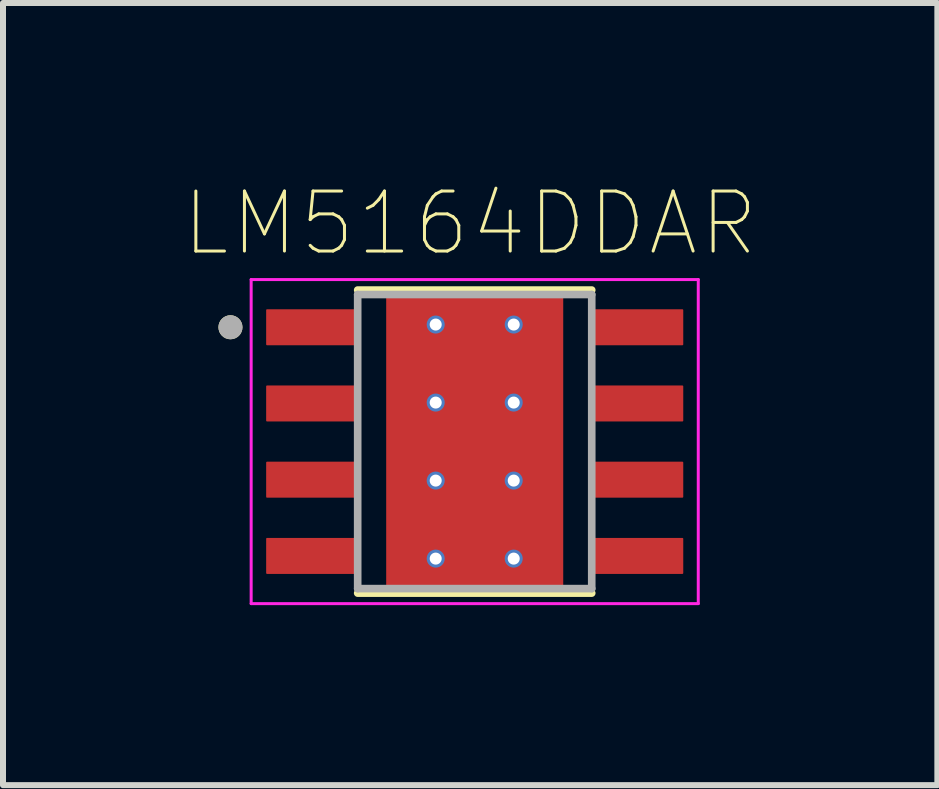
<source format=kicad_pcb>
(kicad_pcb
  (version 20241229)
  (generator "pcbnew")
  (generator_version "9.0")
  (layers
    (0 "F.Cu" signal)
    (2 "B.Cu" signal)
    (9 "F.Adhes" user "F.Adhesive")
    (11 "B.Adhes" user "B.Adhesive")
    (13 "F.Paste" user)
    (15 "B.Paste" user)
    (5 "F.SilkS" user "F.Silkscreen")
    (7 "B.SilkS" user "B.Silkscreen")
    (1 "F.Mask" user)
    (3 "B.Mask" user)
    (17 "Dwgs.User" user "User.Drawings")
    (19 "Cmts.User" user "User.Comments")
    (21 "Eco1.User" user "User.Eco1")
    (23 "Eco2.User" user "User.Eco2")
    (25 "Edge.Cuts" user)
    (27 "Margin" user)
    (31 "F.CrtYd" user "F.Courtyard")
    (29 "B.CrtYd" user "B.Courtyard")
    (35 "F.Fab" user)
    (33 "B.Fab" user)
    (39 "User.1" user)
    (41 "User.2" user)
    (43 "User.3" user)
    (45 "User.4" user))
  (footprint "LM5164DDAR"
    (layer "F.Cu")
    (at 4.86 4.308)
    (property "Reference" "LM5164DDAR" (at -0.075 -3.635 0) (layer "F.SilkS") (effects (font (size 1 1) (thickness 0.05))))
    (attr smd)
    (fp_poly (pts (xy -1.355 -1.7) (xy 1.355 -1.7) (xy 1.355 1.7) (xy -1.355 1.7)) (stroke (width 0.01) (type solid)) (fill yes) (layer "F.Mask"))
    (fp_poly (pts (xy -1.905 -1.535) (xy -3.495 -1.535) (xy -3.498 -1.535) (xy -3.5 -1.535) (xy -3.503 -1.536) (xy -3.505 -1.536) (xy -3.508 -1.537) (xy -3.51 -1.537) (xy -3.513 -1.538) (xy -3.515 -1.539) (xy -3.518 -1.54) (xy -3.52 -1.542) (xy -3.522 -1.543) (xy -3.524 -1.545) (xy -3.526 -1.546) (xy -3.528 -1.548) (xy -3.53 -1.55) (xy -3.532 -1.552) (xy -3.534 -1.554) (xy -3.535 -1.556) (xy -3.537 -1.558) (xy -3.538 -1.56) (xy -3.54 -1.562) (xy -3.541 -1.565) (xy -3.542 -1.567) (xy -3.543 -1.57) (xy -3.543 -1.572) (xy -3.544 -1.575) (xy -3.544 -1.577) (xy -3.545 -1.58) (xy -3.545 -1.582) (xy -3.545 -1.585) (xy -3.545 -2.225) (xy -3.545 -2.228) (xy -3.545 -2.23) (xy -3.544 -2.233) (xy -3.544 -2.235) (xy -3.543 -2.238) (xy -3.543 -2.24) (xy -3.542 -2.243) (xy -3.541 -2.245) (xy -3.54 -2.248) (xy -3.538 -2.25) (xy -3.537 -2.252) (xy -3.535 -2.254) (xy -3.534 -2.256) (xy -3.532 -2.258) (xy -3.53 -2.26) (xy -3.528 -2.262) (xy -3.526 -2.264) (xy -3.524 -2.265) (xy -3.522 -2.267) (xy -3.52 -2.268) (xy -3.518 -2.27) (xy -3.515 -2.271) (xy -3.513 -2.272) (xy -3.51 -2.273) (xy -3.508 -2.273) (xy -3.505 -2.274) (xy -3.503 -2.274) (xy -3.5 -2.275) (xy -3.498 -2.275) (xy -3.495 -2.275) (xy -1.905 -2.275) (xy -1.902 -2.275) (xy -1.9 -2.275) (xy -1.897 -2.274) (xy -1.895 -2.274) (xy -1.892 -2.273) (xy -1.89 -2.273) (xy -1.887 -2.272) (xy -1.885 -2.271) (xy -1.882 -2.27) (xy -1.88 -2.268) (xy -1.878 -2.267) (xy -1.876 -2.265) (xy -1.874 -2.264) (xy -1.872 -2.262) (xy -1.87 -2.26) (xy -1.868 -2.258) (xy -1.866 -2.256) (xy -1.865 -2.254) (xy -1.863 -2.252) (xy -1.862 -2.25) (xy -1.86 -2.248) (xy -1.859 -2.245) (xy -1.858 -2.243) (xy -1.857 -2.24) (xy -1.857 -2.238) (xy -1.856 -2.235) (xy -1.856 -2.233) (xy -1.855 -2.23) (xy -1.855 -2.228) (xy -1.855 -2.225) (xy -1.855 -1.585) (xy -1.855 -1.582) (xy -1.855 -1.58) (xy -1.856 -1.577) (xy -1.856 -1.575) (xy -1.857 -1.572) (xy -1.857 -1.57) (xy -1.858 -1.567) (xy -1.859 -1.565) (xy -1.86 -1.562) (xy -1.862 -1.56) (xy -1.863 -1.558) (xy -1.865 -1.556) (xy -1.866 -1.554) (xy -1.868 -1.552) (xy -1.87 -1.55) (xy -1.872 -1.548) (xy -1.874 -1.546) (xy -1.876 -1.545) (xy -1.878 -1.543) (xy -1.88 -1.542) (xy -1.882 -1.54) (xy -1.885 -1.539) (xy -1.887 -1.538) (xy -1.89 -1.537) (xy -1.892 -1.537) (xy -1.895 -1.536) (xy -1.897 -1.536) (xy -1.9 -1.535) (xy -1.902 -1.535) (xy -1.905 -1.535)) (stroke (width 0.01) (type solid)) (fill yes) (layer "F.Mask"))
    (fp_poly (pts (xy -1.905 -0.265) (xy -3.495 -0.265) (xy -3.498 -0.265) (xy -3.5 -0.265) (xy -3.503 -0.266) (xy -3.505 -0.266) (xy -3.508 -0.267) (xy -3.51 -0.267) (xy -3.513 -0.268) (xy -3.515 -0.269) (xy -3.518 -0.27) (xy -3.52 -0.272) (xy -3.522 -0.273) (xy -3.524 -0.275) (xy -3.526 -0.276) (xy -3.528 -0.278) (xy -3.53 -0.28) (xy -3.532 -0.282) (xy -3.534 -0.284) (xy -3.535 -0.286) (xy -3.537 -0.288) (xy -3.538 -0.29) (xy -3.54 -0.292) (xy -3.541 -0.295) (xy -3.542 -0.297) (xy -3.543 -0.3) (xy -3.543 -0.302) (xy -3.544 -0.305) (xy -3.544 -0.307) (xy -3.545 -0.31) (xy -3.545 -0.312) (xy -3.545 -0.315) (xy -3.545 -0.955) (xy -3.545 -0.958) (xy -3.545 -0.96) (xy -3.544 -0.963) (xy -3.544 -0.965) (xy -3.543 -0.968) (xy -3.543 -0.97) (xy -3.542 -0.973) (xy -3.541 -0.975) (xy -3.54 -0.978) (xy -3.538 -0.98) (xy -3.537 -0.982) (xy -3.535 -0.984) (xy -3.534 -0.986) (xy -3.532 -0.988) (xy -3.53 -0.99) (xy -3.528 -0.992) (xy -3.526 -0.994) (xy -3.524 -0.995) (xy -3.522 -0.997) (xy -3.52 -0.998) (xy -3.518 -1) (xy -3.515 -1.001) (xy -3.513 -1.002) (xy -3.51 -1.003) (xy -3.508 -1.003) (xy -3.505 -1.004) (xy -3.503 -1.004) (xy -3.5 -1.005) (xy -3.498 -1.005) (xy -3.495 -1.005) (xy -1.905 -1.005) (xy -1.902 -1.005) (xy -1.9 -1.005) (xy -1.897 -1.004) (xy -1.895 -1.004) (xy -1.892 -1.003) (xy -1.89 -1.003) (xy -1.887 -1.002) (xy -1.885 -1.001) (xy -1.882 -1) (xy -1.88 -0.998) (xy -1.878 -0.997) (xy -1.876 -0.995) (xy -1.874 -0.994) (xy -1.872 -0.992) (xy -1.87 -0.99) (xy -1.868 -0.988) (xy -1.866 -0.986) (xy -1.865 -0.984) (xy -1.863 -0.982) (xy -1.862 -0.98) (xy -1.86 -0.978) (xy -1.859 -0.975) (xy -1.858 -0.973) (xy -1.857 -0.97) (xy -1.857 -0.968) (xy -1.856 -0.965) (xy -1.856 -0.963) (xy -1.855 -0.96) (xy -1.855 -0.958) (xy -1.855 -0.955) (xy -1.855 -0.315) (xy -1.855 -0.312) (xy -1.855 -0.31) (xy -1.856 -0.307) (xy -1.856 -0.305) (xy -1.857 -0.302) (xy -1.857 -0.3) (xy -1.858 -0.297) (xy -1.859 -0.295) (xy -1.86 -0.292) (xy -1.862 -0.29) (xy -1.863 -0.288) (xy -1.865 -0.286) (xy -1.866 -0.284) (xy -1.868 -0.282) (xy -1.87 -0.28) (xy -1.872 -0.278) (xy -1.874 -0.276) (xy -1.876 -0.275) (xy -1.878 -0.273) (xy -1.88 -0.272) (xy -1.882 -0.27) (xy -1.885 -0.269) (xy -1.887 -0.268) (xy -1.89 -0.267) (xy -1.892 -0.267) (xy -1.895 -0.266) (xy -1.897 -0.266) (xy -1.9 -0.265) (xy -1.902 -0.265) (xy -1.905 -0.265)) (stroke (width 0.01) (type solid)) (fill yes) (layer "F.Mask"))
    (fp_poly (pts (xy -1.905 1.005) (xy -3.495 1.005) (xy -3.498 1.005) (xy -3.5 1.005) (xy -3.503 1.004) (xy -3.505 1.004) (xy -3.508 1.003) (xy -3.51 1.003) (xy -3.513 1.002) (xy -3.515 1.001) (xy -3.518 1) (xy -3.52 0.998) (xy -3.522 0.997) (xy -3.524 0.995) (xy -3.526 0.994) (xy -3.528 0.992) (xy -3.53 0.99) (xy -3.532 0.988) (xy -3.534 0.986) (xy -3.535 0.984) (xy -3.537 0.982) (xy -3.538 0.98) (xy -3.54 0.978) (xy -3.541 0.975) (xy -3.542 0.973) (xy -3.543 0.97) (xy -3.543 0.968) (xy -3.544 0.965) (xy -3.544 0.963) (xy -3.545 0.96) (xy -3.545 0.958) (xy -3.545 0.955) (xy -3.545 0.315) (xy -3.545 0.312) (xy -3.545 0.31) (xy -3.544 0.307) (xy -3.544 0.305) (xy -3.543 0.302) (xy -3.543 0.3) (xy -3.542 0.297) (xy -3.541 0.295) (xy -3.54 0.292) (xy -3.538 0.29) (xy -3.537 0.288) (xy -3.535 0.286) (xy -3.534 0.284) (xy -3.532 0.282) (xy -3.53 0.28) (xy -3.528 0.278) (xy -3.526 0.276) (xy -3.524 0.275) (xy -3.522 0.273) (xy -3.52 0.272) (xy -3.518 0.27) (xy -3.515 0.269) (xy -3.513 0.268) (xy -3.51 0.267) (xy -3.508 0.267) (xy -3.505 0.266) (xy -3.503 0.266) (xy -3.5 0.265) (xy -3.498 0.265) (xy -3.495 0.265) (xy -1.905 0.265) (xy -1.902 0.265) (xy -1.9 0.265) (xy -1.897 0.266) (xy -1.895 0.266) (xy -1.892 0.267) (xy -1.89 0.267) (xy -1.887 0.268) (xy -1.885 0.269) (xy -1.882 0.27) (xy -1.88 0.272) (xy -1.878 0.273) (xy -1.876 0.275) (xy -1.874 0.276) (xy -1.872 0.278) (xy -1.87 0.28) (xy -1.868 0.282) (xy -1.866 0.284) (xy -1.865 0.286) (xy -1.863 0.288) (xy -1.862 0.29) (xy -1.86 0.292) (xy -1.859 0.295) (xy -1.858 0.297) (xy -1.857 0.3) (xy -1.857 0.302) (xy -1.856 0.305) (xy -1.856 0.307) (xy -1.855 0.31) (xy -1.855 0.312) (xy -1.855 0.315) (xy -1.855 0.955) (xy -1.855 0.958) (xy -1.855 0.96) (xy -1.856 0.963) (xy -1.856 0.965) (xy -1.857 0.968) (xy -1.857 0.97) (xy -1.858 0.973) (xy -1.859 0.975) (xy -1.86 0.978) (xy -1.862 0.98) (xy -1.863 0.982) (xy -1.865 0.984) (xy -1.866 0.986) (xy -1.868 0.988) (xy -1.87 0.99) (xy -1.872 0.992) (xy -1.874 0.994) (xy -1.876 0.995) (xy -1.878 0.997) (xy -1.88 0.998) (xy -1.882 1) (xy -1.885 1.001) (xy -1.887 1.002) (xy -1.89 1.003) (xy -1.892 1.003) (xy -1.895 1.004) (xy -1.897 1.004) (xy -1.9 1.005) (xy -1.902 1.005) (xy -1.905 1.005)) (stroke (width 0.01) (type solid)) (fill yes) (layer "F.Mask"))
    (fp_poly (pts (xy -1.905 2.275) (xy -3.495 2.275) (xy -3.498 2.275) (xy -3.5 2.275) (xy -3.503 2.274) (xy -3.505 2.274) (xy -3.508 2.273) (xy -3.51 2.273) (xy -3.513 2.272) (xy -3.515 2.271) (xy -3.518 2.27) (xy -3.52 2.268) (xy -3.522 2.267) (xy -3.524 2.265) (xy -3.526 2.264) (xy -3.528 2.262) (xy -3.53 2.26) (xy -3.532 2.258) (xy -3.534 2.256) (xy -3.535 2.254) (xy -3.537 2.252) (xy -3.538 2.25) (xy -3.54 2.248) (xy -3.541 2.245) (xy -3.542 2.243) (xy -3.543 2.24) (xy -3.543 2.238) (xy -3.544 2.235) (xy -3.544 2.233) (xy -3.545 2.23) (xy -3.545 2.228) (xy -3.545 2.225) (xy -3.545 1.585) (xy -3.545 1.582) (xy -3.545 1.58) (xy -3.544 1.577) (xy -3.544 1.575) (xy -3.543 1.572) (xy -3.543 1.57) (xy -3.542 1.567) (xy -3.541 1.565) (xy -3.54 1.562) (xy -3.538 1.56) (xy -3.537 1.558) (xy -3.535 1.556) (xy -3.534 1.554) (xy -3.532 1.552) (xy -3.53 1.55) (xy -3.528 1.548) (xy -3.526 1.546) (xy -3.524 1.545) (xy -3.522 1.543) (xy -3.52 1.542) (xy -3.518 1.54) (xy -3.515 1.539) (xy -3.513 1.538) (xy -3.51 1.537) (xy -3.508 1.537) (xy -3.505 1.536) (xy -3.503 1.536) (xy -3.5 1.535) (xy -3.498 1.535) (xy -3.495 1.535) (xy -1.905 1.535) (xy -1.902 1.535) (xy -1.9 1.535) (xy -1.897 1.536) (xy -1.895 1.536) (xy -1.892 1.537) (xy -1.89 1.537) (xy -1.887 1.538) (xy -1.885 1.539) (xy -1.882 1.54) (xy -1.88 1.542) (xy -1.878 1.543) (xy -1.876 1.545) (xy -1.874 1.546) (xy -1.872 1.548) (xy -1.87 1.55) (xy -1.868 1.552) (xy -1.866 1.554) (xy -1.865 1.556) (xy -1.863 1.558) (xy -1.862 1.56) (xy -1.86 1.562) (xy -1.859 1.565) (xy -1.858 1.567) (xy -1.857 1.57) (xy -1.857 1.572) (xy -1.856 1.575) (xy -1.856 1.577) (xy -1.855 1.58) (xy -1.855 1.582) (xy -1.855 1.585) (xy -1.855 2.225) (xy -1.855 2.228) (xy -1.855 2.23) (xy -1.856 2.233) (xy -1.856 2.235) (xy -1.857 2.238) (xy -1.857 2.24) (xy -1.858 2.243) (xy -1.859 2.245) (xy -1.86 2.248) (xy -1.862 2.25) (xy -1.863 2.252) (xy -1.865 2.254) (xy -1.866 2.256) (xy -1.868 2.258) (xy -1.87 2.26) (xy -1.872 2.262) (xy -1.874 2.264) (xy -1.876 2.265) (xy -1.878 2.267) (xy -1.88 2.268) (xy -1.882 2.27) (xy -1.885 2.271) (xy -1.887 2.272) (xy -1.89 2.273) (xy -1.892 2.273) (xy -1.895 2.274) (xy -1.897 2.274) (xy -1.9 2.275) (xy -1.902 2.275) (xy -1.905 2.275)) (stroke (width 0.01) (type solid)) (fill yes) (layer "F.Mask"))
    (fp_poly (pts (xy 3.495 -1.535) (xy 1.905 -1.535) (xy 1.902 -1.535) (xy 1.9 -1.535) (xy 1.897 -1.536) (xy 1.895 -1.536) (xy 1.892 -1.537) (xy 1.89 -1.537) (xy 1.887 -1.538) (xy 1.885 -1.539) (xy 1.882 -1.54) (xy 1.88 -1.542) (xy 1.878 -1.543) (xy 1.876 -1.545) (xy 1.874 -1.546) (xy 1.872 -1.548) (xy 1.87 -1.55) (xy 1.868 -1.552) (xy 1.866 -1.554) (xy 1.865 -1.556) (xy 1.863 -1.558) (xy 1.862 -1.56) (xy 1.86 -1.562) (xy 1.859 -1.565) (xy 1.858 -1.567) (xy 1.857 -1.57) (xy 1.857 -1.572) (xy 1.856 -1.575) (xy 1.856 -1.577) (xy 1.855 -1.58) (xy 1.855 -1.582) (xy 1.855 -1.585) (xy 1.855 -2.225) (xy 1.855 -2.228) (xy 1.855 -2.23) (xy 1.856 -2.233) (xy 1.856 -2.235) (xy 1.857 -2.238) (xy 1.857 -2.24) (xy 1.858 -2.243) (xy 1.859 -2.245) (xy 1.86 -2.248) (xy 1.862 -2.25) (xy 1.863 -2.252) (xy 1.865 -2.254) (xy 1.866 -2.256) (xy 1.868 -2.258) (xy 1.87 -2.26) (xy 1.872 -2.262) (xy 1.874 -2.264) (xy 1.876 -2.265) (xy 1.878 -2.267) (xy 1.88 -2.268) (xy 1.882 -2.27) (xy 1.885 -2.271) (xy 1.887 -2.272) (xy 1.89 -2.273) (xy 1.892 -2.273) (xy 1.895 -2.274) (xy 1.897 -2.274) (xy 1.9 -2.275) (xy 1.902 -2.275) (xy 1.905 -2.275) (xy 3.495 -2.275) (xy 3.498 -2.275) (xy 3.5 -2.275) (xy 3.503 -2.274) (xy 3.505 -2.274) (xy 3.508 -2.273) (xy 3.51 -2.273) (xy 3.513 -2.272) (xy 3.515 -2.271) (xy 3.518 -2.27) (xy 3.52 -2.268) (xy 3.522 -2.267) (xy 3.524 -2.265) (xy 3.526 -2.264) (xy 3.528 -2.262) (xy 3.53 -2.26) (xy 3.532 -2.258) (xy 3.534 -2.256) (xy 3.535 -2.254) (xy 3.537 -2.252) (xy 3.538 -2.25) (xy 3.54 -2.248) (xy 3.541 -2.245) (xy 3.542 -2.243) (xy 3.543 -2.24) (xy 3.543 -2.238) (xy 3.544 -2.235) (xy 3.544 -2.233) (xy 3.545 -2.23) (xy 3.545 -2.228) (xy 3.545 -2.225) (xy 3.545 -1.585) (xy 3.545 -1.582) (xy 3.545 -1.58) (xy 3.544 -1.577) (xy 3.544 -1.575) (xy 3.543 -1.572) (xy 3.543 -1.57) (xy 3.542 -1.567) (xy 3.541 -1.565) (xy 3.54 -1.562) (xy 3.538 -1.56) (xy 3.537 -1.558) (xy 3.535 -1.556) (xy 3.534 -1.554) (xy 3.532 -1.552) (xy 3.53 -1.55) (xy 3.528 -1.548) (xy 3.526 -1.546) (xy 3.524 -1.545) (xy 3.522 -1.543) (xy 3.52 -1.542) (xy 3.518 -1.54) (xy 3.515 -1.539) (xy 3.513 -1.538) (xy 3.51 -1.537) (xy 3.508 -1.537) (xy 3.505 -1.536) (xy 3.503 -1.536) (xy 3.5 -1.535) (xy 3.498 -1.535) (xy 3.495 -1.535)) (stroke (width 0.01) (type solid)) (fill yes) (layer "F.Mask"))
    (fp_poly (pts (xy 3.495 -0.265) (xy 1.905 -0.265) (xy 1.902 -0.265) (xy 1.9 -0.265) (xy 1.897 -0.266) (xy 1.895 -0.266) (xy 1.892 -0.267) (xy 1.89 -0.267) (xy 1.887 -0.268) (xy 1.885 -0.269) (xy 1.882 -0.27) (xy 1.88 -0.272) (xy 1.878 -0.273) (xy 1.876 -0.275) (xy 1.874 -0.276) (xy 1.872 -0.278) (xy 1.87 -0.28) (xy 1.868 -0.282) (xy 1.866 -0.284) (xy 1.865 -0.286) (xy 1.863 -0.288) (xy 1.862 -0.29) (xy 1.86 -0.292) (xy 1.859 -0.295) (xy 1.858 -0.297) (xy 1.857 -0.3) (xy 1.857 -0.302) (xy 1.856 -0.305) (xy 1.856 -0.307) (xy 1.855 -0.31) (xy 1.855 -0.312) (xy 1.855 -0.315) (xy 1.855 -0.955) (xy 1.855 -0.958) (xy 1.855 -0.96) (xy 1.856 -0.963) (xy 1.856 -0.965) (xy 1.857 -0.968) (xy 1.857 -0.97) (xy 1.858 -0.973) (xy 1.859 -0.975) (xy 1.86 -0.978) (xy 1.862 -0.98) (xy 1.863 -0.982) (xy 1.865 -0.984) (xy 1.866 -0.986) (xy 1.868 -0.988) (xy 1.87 -0.99) (xy 1.872 -0.992) (xy 1.874 -0.994) (xy 1.876 -0.995) (xy 1.878 -0.997) (xy 1.88 -0.998) (xy 1.882 -1) (xy 1.885 -1.001) (xy 1.887 -1.002) (xy 1.89 -1.003) (xy 1.892 -1.003) (xy 1.895 -1.004) (xy 1.897 -1.004) (xy 1.9 -1.005) (xy 1.902 -1.005) (xy 1.905 -1.005) (xy 3.495 -1.005) (xy 3.498 -1.005) (xy 3.5 -1.005) (xy 3.503 -1.004) (xy 3.505 -1.004) (xy 3.508 -1.003) (xy 3.51 -1.003) (xy 3.513 -1.002) (xy 3.515 -1.001) (xy 3.518 -1) (xy 3.52 -0.998) (xy 3.522 -0.997) (xy 3.524 -0.995) (xy 3.526 -0.994) (xy 3.528 -0.992) (xy 3.53 -0.99) (xy 3.532 -0.988) (xy 3.534 -0.986) (xy 3.535 -0.984) (xy 3.537 -0.982) (xy 3.538 -0.98) (xy 3.54 -0.978) (xy 3.541 -0.975) (xy 3.542 -0.973) (xy 3.543 -0.97) (xy 3.543 -0.968) (xy 3.544 -0.965) (xy 3.544 -0.963) (xy 3.545 -0.96) (xy 3.545 -0.958) (xy 3.545 -0.955) (xy 3.545 -0.315) (xy 3.545 -0.312) (xy 3.545 -0.31) (xy 3.544 -0.307) (xy 3.544 -0.305) (xy 3.543 -0.302) (xy 3.543 -0.3) (xy 3.542 -0.297) (xy 3.541 -0.295) (xy 3.54 -0.292) (xy 3.538 -0.29) (xy 3.537 -0.288) (xy 3.535 -0.286) (xy 3.534 -0.284) (xy 3.532 -0.282) (xy 3.53 -0.28) (xy 3.528 -0.278) (xy 3.526 -0.276) (xy 3.524 -0.275) (xy 3.522 -0.273) (xy 3.52 -0.272) (xy 3.518 -0.27) (xy 3.515 -0.269) (xy 3.513 -0.268) (xy 3.51 -0.267) (xy 3.508 -0.267) (xy 3.505 -0.266) (xy 3.503 -0.266) (xy 3.5 -0.265) (xy 3.498 -0.265) (xy 3.495 -0.265)) (stroke (width 0.01) (type solid)) (fill yes) (layer "F.Mask"))
    (fp_poly (pts (xy 3.495 1.005) (xy 1.905 1.005) (xy 1.902 1.005) (xy 1.9 1.005) (xy 1.897 1.004) (xy 1.895 1.004) (xy 1.892 1.003) (xy 1.89 1.003) (xy 1.887 1.002) (xy 1.885 1.001) (xy 1.882 1) (xy 1.88 0.998) (xy 1.878 0.997) (xy 1.876 0.995) (xy 1.874 0.994) (xy 1.872 0.992) (xy 1.87 0.99) (xy 1.868 0.988) (xy 1.866 0.986) (xy 1.865 0.984) (xy 1.863 0.982) (xy 1.862 0.98) (xy 1.86 0.978) (xy 1.859 0.975) (xy 1.858 0.973) (xy 1.857 0.97) (xy 1.857 0.968) (xy 1.856 0.965) (xy 1.856 0.963) (xy 1.855 0.96) (xy 1.855 0.958) (xy 1.855 0.955) (xy 1.855 0.315) (xy 1.855 0.312) (xy 1.855 0.31) (xy 1.856 0.307) (xy 1.856 0.305) (xy 1.857 0.302) (xy 1.857 0.3) (xy 1.858 0.297) (xy 1.859 0.295) (xy 1.86 0.292) (xy 1.862 0.29) (xy 1.863 0.288) (xy 1.865 0.286) (xy 1.866 0.284) (xy 1.868 0.282) (xy 1.87 0.28) (xy 1.872 0.278) (xy 1.874 0.276) (xy 1.876 0.275) (xy 1.878 0.273) (xy 1.88 0.272) (xy 1.882 0.27) (xy 1.885 0.269) (xy 1.887 0.268) (xy 1.89 0.267) (xy 1.892 0.267) (xy 1.895 0.266) (xy 1.897 0.266) (xy 1.9 0.265) (xy 1.902 0.265) (xy 1.905 0.265) (xy 3.495 0.265) (xy 3.498 0.265) (xy 3.5 0.265) (xy 3.503 0.266) (xy 3.505 0.266) (xy 3.508 0.267) (xy 3.51 0.267) (xy 3.513 0.268) (xy 3.515 0.269) (xy 3.518 0.27) (xy 3.52 0.272) (xy 3.522 0.273) (xy 3.524 0.275) (xy 3.526 0.276) (xy 3.528 0.278) (xy 3.53 0.28) (xy 3.532 0.282) (xy 3.534 0.284) (xy 3.535 0.286) (xy 3.537 0.288) (xy 3.538 0.29) (xy 3.54 0.292) (xy 3.541 0.295) (xy 3.542 0.297) (xy 3.543 0.3) (xy 3.543 0.302) (xy 3.544 0.305) (xy 3.544 0.307) (xy 3.545 0.31) (xy 3.545 0.312) (xy 3.545 0.315) (xy 3.545 0.955) (xy 3.545 0.958) (xy 3.545 0.96) (xy 3.544 0.963) (xy 3.544 0.965) (xy 3.543 0.968) (xy 3.543 0.97) (xy 3.542 0.973) (xy 3.541 0.975) (xy 3.54 0.978) (xy 3.538 0.98) (xy 3.537 0.982) (xy 3.535 0.984) (xy 3.534 0.986) (xy 3.532 0.988) (xy 3.53 0.99) (xy 3.528 0.992) (xy 3.526 0.994) (xy 3.524 0.995) (xy 3.522 0.997) (xy 3.52 0.998) (xy 3.518 1) (xy 3.515 1.001) (xy 3.513 1.002) (xy 3.51 1.003) (xy 3.508 1.003) (xy 3.505 1.004) (xy 3.503 1.004) (xy 3.5 1.005) (xy 3.498 1.005) (xy 3.495 1.005)) (stroke (width 0.01) (type solid)) (fill yes) (layer "F.Mask"))
    (fp_poly (pts (xy 3.495 2.275) (xy 1.905 2.275) (xy 1.902 2.275) (xy 1.9 2.275) (xy 1.897 2.274) (xy 1.895 2.274) (xy 1.892 2.273) (xy 1.89 2.273) (xy 1.887 2.272) (xy 1.885 2.271) (xy 1.882 2.27) (xy 1.88 2.268) (xy 1.878 2.267) (xy 1.876 2.265) (xy 1.874 2.264) (xy 1.872 2.262) (xy 1.87 2.26) (xy 1.868 2.258) (xy 1.866 2.256) (xy 1.865 2.254) (xy 1.863 2.252) (xy 1.862 2.25) (xy 1.86 2.248) (xy 1.859 2.245) (xy 1.858 2.243) (xy 1.857 2.24) (xy 1.857 2.238) (xy 1.856 2.235) (xy 1.856 2.233) (xy 1.855 2.23) (xy 1.855 2.228) (xy 1.855 2.225) (xy 1.855 1.585) (xy 1.855 1.582) (xy 1.855 1.58) (xy 1.856 1.577) (xy 1.856 1.575) (xy 1.857 1.572) (xy 1.857 1.57) (xy 1.858 1.567) (xy 1.859 1.565) (xy 1.86 1.562) (xy 1.862 1.56) (xy 1.863 1.558) (xy 1.865 1.556) (xy 1.866 1.554) (xy 1.868 1.552) (xy 1.87 1.55) (xy 1.872 1.548) (xy 1.874 1.546) (xy 1.876 1.545) (xy 1.878 1.543) (xy 1.88 1.542) (xy 1.882 1.54) (xy 1.885 1.539) (xy 1.887 1.538) (xy 1.89 1.537) (xy 1.892 1.537) (xy 1.895 1.536) (xy 1.897 1.536) (xy 1.9 1.535) (xy 1.902 1.535) (xy 1.905 1.535) (xy 3.495 1.535) (xy 3.498 1.535) (xy 3.5 1.535) (xy 3.503 1.536) (xy 3.505 1.536) (xy 3.508 1.537) (xy 3.51 1.537) (xy 3.513 1.538) (xy 3.515 1.539) (xy 3.518 1.54) (xy 3.52 1.542) (xy 3.522 1.543) (xy 3.524 1.545) (xy 3.526 1.546) (xy 3.528 1.548) (xy 3.53 1.55) (xy 3.532 1.552) (xy 3.534 1.554) (xy 3.535 1.556) (xy 3.537 1.558) (xy 3.538 1.56) (xy 3.54 1.562) (xy 3.541 1.565) (xy 3.542 1.567) (xy 3.543 1.57) (xy 3.543 1.572) (xy 3.544 1.575) (xy 3.544 1.577) (xy 3.545 1.58) (xy 3.545 1.582) (xy 3.545 1.585) (xy 3.545 2.225) (xy 3.545 2.228) (xy 3.545 2.23) (xy 3.544 2.233) (xy 3.544 2.235) (xy 3.543 2.238) (xy 3.543 2.24) (xy 3.542 2.243) (xy 3.541 2.245) (xy 3.54 2.248) (xy 3.538 2.25) (xy 3.537 2.252) (xy 3.535 2.254) (xy 3.534 2.256) (xy 3.532 2.258) (xy 3.53 2.26) (xy 3.528 2.262) (xy 3.526 2.264) (xy 3.524 2.265) (xy 3.522 2.267) (xy 3.52 2.268) (xy 3.518 2.27) (xy 3.515 2.271) (xy 3.513 2.272) (xy 3.51 2.273) (xy 3.508 2.273) (xy 3.505 2.274) (xy 3.503 2.274) (xy 3.5 2.275) (xy 3.498 2.275) (xy 3.495 2.275)) (stroke (width 0.01) (type solid)) (fill yes) (layer "F.Mask"))
    (fp_line (start -1.95 -2.525) (end 1.95 -2.525) (stroke (width 0.127) (type solid)) (layer "F.SilkS"))
    (fp_line (start -1.95 2.525) (end 1.95 2.525) (stroke (width 0.127) (type solid)) (layer "F.SilkS"))
    (fp_circle (center -4.07 -1.905) (end -3.97 -1.905) (stroke (width 0.2) (type solid)) (fill no) (layer "F.SilkS"))
    (fp_poly (pts (xy -1.355 -1.7) (xy 1.355 -1.7) (xy 1.355 1.7) (xy -1.355 1.7)) (stroke (width 0.01) (type solid)) (fill yes) (layer "F.Paste"))
    (fp_line (start -3.725 -2.7) (end -3.725 2.7) (stroke (width 0.05) (type solid)) (layer "F.CrtYd"))
    (fp_line (start -3.725 -2.7) (end 3.725 -2.7) (stroke (width 0.05) (type solid)) (layer "F.CrtYd"))
    (fp_line (start -3.725 2.7) (end 3.725 2.7) (stroke (width 0.05) (type solid)) (layer "F.CrtYd"))
    (fp_line (start 3.725 -2.7) (end 3.725 2.7) (stroke (width 0.05) (type solid)) (layer "F.CrtYd"))
    (fp_line (start -1.95 -2.45) (end -1.95 2.45) (stroke (width 0.127) (type solid)) (layer "F.Fab"))
    (fp_line (start -1.95 -2.45) (end 1.95 -2.45) (stroke (width 0.127) (type solid)) (layer "F.Fab"))
    (fp_line (start -1.95 2.45) (end 1.95 2.45) (stroke (width 0.127) (type solid)) (layer "F.Fab"))
    (fp_line (start 1.95 -2.45) (end 1.95 2.45) (stroke (width 0.127) (type solid)) (layer "F.Fab"))
    (fp_circle (center -4.07 -1.905) (end -3.97 -1.905) (stroke (width 0.2) (type solid)) (fill no) (layer "F.Fab"))
    (pad "1" smd roundrect (at -2.7 -1.905) (size 1.55 0.6) (layers "F.Cu" "F.Paste") (roundrect_rratio 0.025))
    (pad "2" smd roundrect (at -2.7 -0.635) (size 1.55 0.6) (layers "F.Cu" "F.Paste") (roundrect_rratio 0.025))
    (pad "3" smd roundrect (at -2.7 0.635) (size 1.55 0.6) (layers "F.Cu" "F.Paste") (roundrect_rratio 0.025))
    (pad "4" smd roundrect (at -2.7 1.905) (size 1.55 0.6) (layers "F.Cu" "F.Paste") (roundrect_rratio 0.025))
    (pad "5" smd roundrect (at 2.7 1.905) (size 1.55 0.6) (layers "F.Cu" "F.Paste") (roundrect_rratio 0.025))
    (pad "6" smd roundrect (at 2.7 0.635) (size 1.55 0.6) (layers "F.Cu" "F.Paste") (roundrect_rratio 0.025))
    (pad "7" smd roundrect (at 2.7 -0.635) (size 1.55 0.6) (layers "F.Cu" "F.Paste") (roundrect_rratio 0.025))
    (pad "8" smd roundrect (at 2.7 -1.905) (size 1.55 0.6) (layers "F.Cu" "F.Paste") (roundrect_rratio 0.025))
    (pad "9" smd rect (at 0 0) (size 2.95 4.9) (layers "F.Cu"))
    (pad "10" thru_hole circle (at -0.65 -1.95) (size 0.3 0.3) (drill 0.2) (layers "*.Cu" "*.Mask"))
    (pad "11" thru_hole circle (at 0.65 -1.95) (size 0.3 0.3) (drill 0.2) (layers "*.Cu" "*.Mask"))
    (pad "12" thru_hole circle (at -0.65 -0.65) (size 0.3 0.3) (drill 0.2) (layers "*.Cu" "*.Mask"))
    (pad "13" thru_hole circle (at 0.65 -0.65) (size 0.3 0.3) (drill 0.2) (layers "*.Cu" "*.Mask"))
    (pad "14" thru_hole circle (at -0.65 0.65) (size 0.3 0.3) (drill 0.2) (layers "*.Cu" "*.Mask"))
    (pad "15" thru_hole circle (at 0.65 0.65) (size 0.3 0.3) (drill 0.2) (layers "*.Cu" "*.Mask"))
    (pad "16" thru_hole circle (at -0.65 1.95) (size 0.3 0.3) (drill 0.2) (layers "*.Cu" "*.Mask"))
    (pad "17" thru_hole circle (at 0.65 1.95) (size 0.3 0.3) (drill 0.2) (layers "*.Cu" "*.Mask")))
  (gr_rect
    (start -3 -3)
    (end 12.569 10.033)
    (stroke (width 0.1) (type default))
    (fill no)
    (layer "Edge.Cuts")))
</source>
